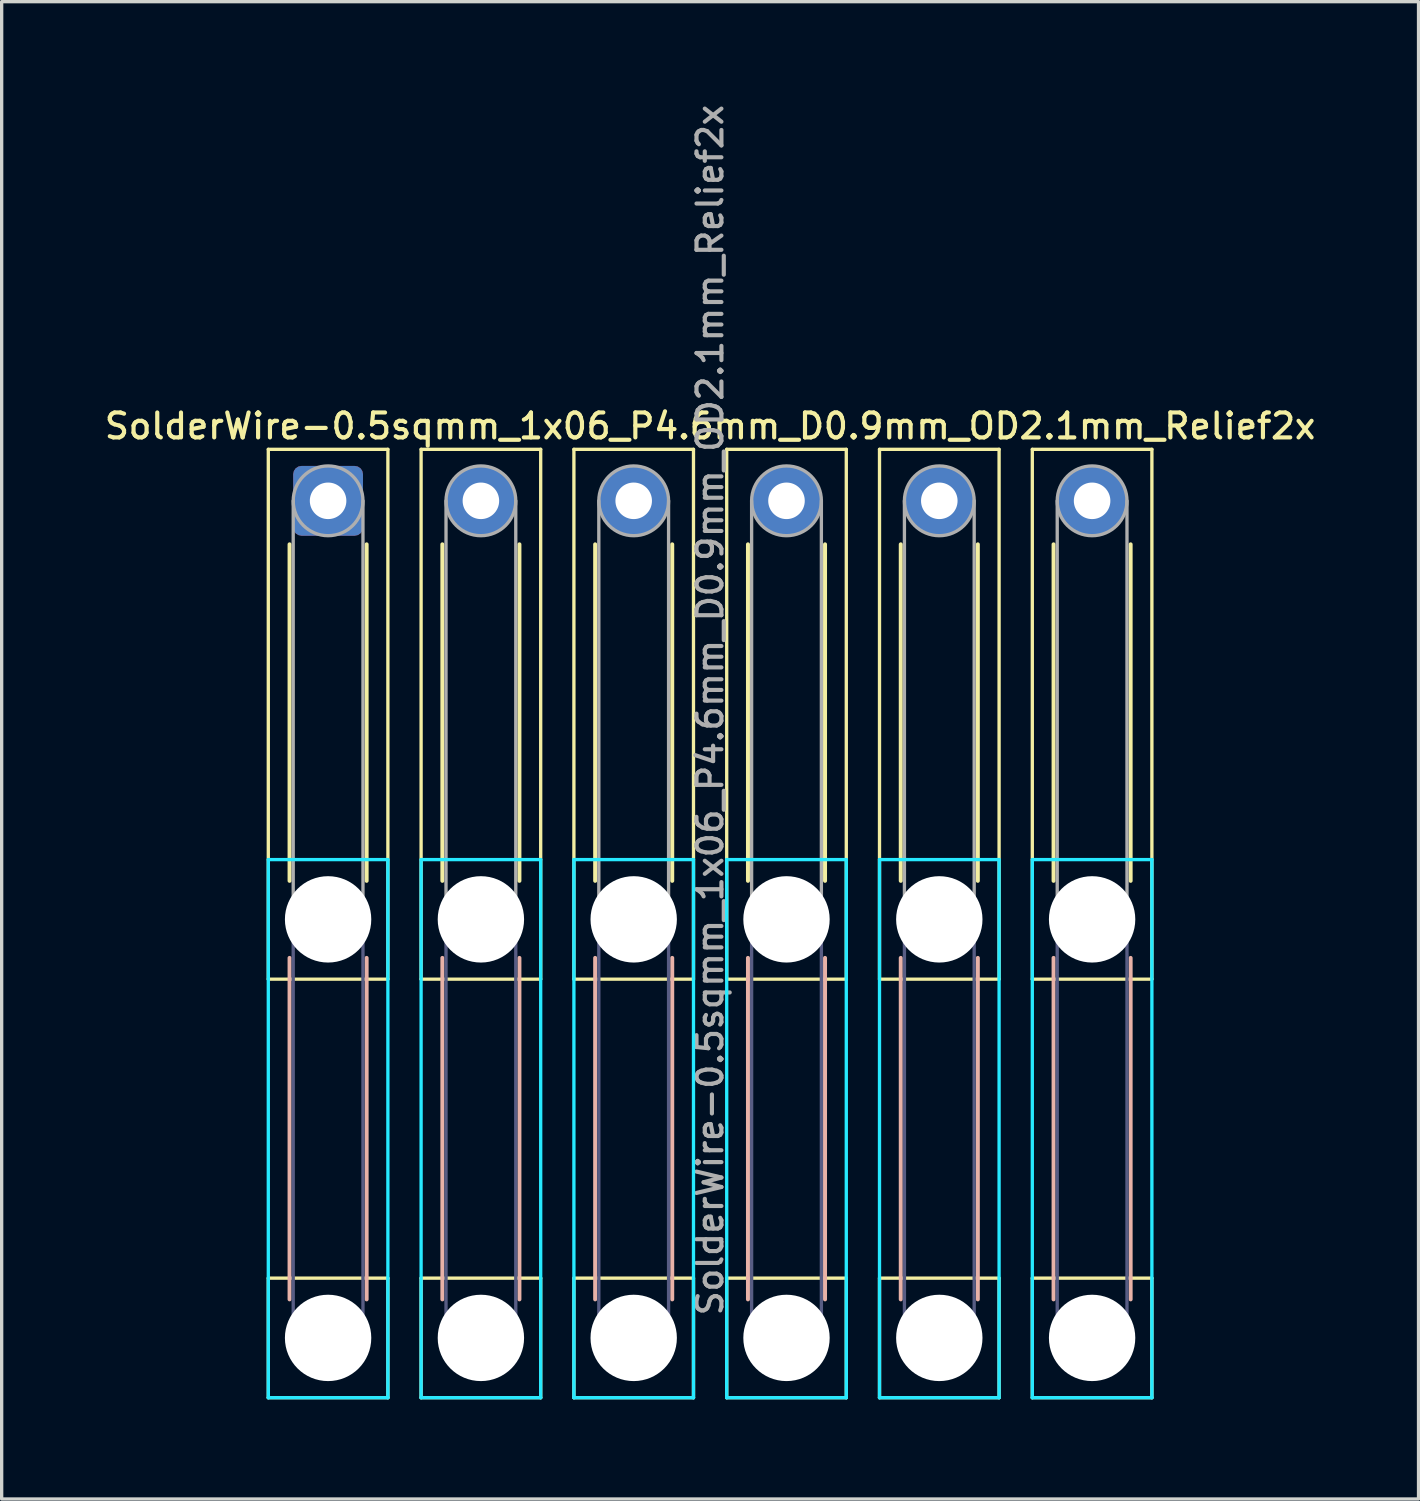
<source format=kicad_pcb>
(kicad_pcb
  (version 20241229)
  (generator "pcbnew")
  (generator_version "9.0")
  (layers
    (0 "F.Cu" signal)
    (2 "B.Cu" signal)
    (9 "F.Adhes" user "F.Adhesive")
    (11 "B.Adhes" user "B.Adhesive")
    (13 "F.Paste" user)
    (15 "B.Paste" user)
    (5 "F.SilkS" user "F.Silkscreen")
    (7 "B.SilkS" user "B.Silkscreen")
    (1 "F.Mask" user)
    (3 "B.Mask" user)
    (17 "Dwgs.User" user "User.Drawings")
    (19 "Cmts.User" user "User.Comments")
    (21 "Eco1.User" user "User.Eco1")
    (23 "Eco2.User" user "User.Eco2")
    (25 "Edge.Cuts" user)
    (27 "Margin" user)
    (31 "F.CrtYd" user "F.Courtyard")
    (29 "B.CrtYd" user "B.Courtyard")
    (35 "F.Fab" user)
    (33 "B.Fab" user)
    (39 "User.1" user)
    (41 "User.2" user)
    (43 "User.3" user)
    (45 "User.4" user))
  (footprint "SolderWire-0.5sqmm_1x06_P4.6mm_D0.9mm_OD2.1mm_Relief2x"
    (layer "F.Cu")
    (at 6.827 12.027)
    (property "Reference" "SolderWire-0.5sqmm_1x06_P4.6mm_D0.9mm_OD2.1mm_Relief2x" (at 11.5 -2.25 0) (layer "F.SilkS") (effects (font (size 0.75 0.75) (thickness 0.125))))
    (attr exclude_from_pos_files exclude_from_bom)
    (fp_line (start -1.8 -1.55) (end -1.8 14.4) (stroke (width 0.1) (type solid)) (layer "F.SilkS"))
    (fp_line (start -1.8 14.4) (end 1.8 14.4) (stroke (width 0.1) (type solid)) (layer "F.SilkS"))
    (fp_line (start -1.8 23.4) (end -1.8 27) (stroke (width 0.1) (type solid)) (layer "F.SilkS"))
    (fp_line (start -1.8 27) (end 1.8 27) (stroke (width 0.1) (type solid)) (layer "F.SilkS"))
    (fp_line (start -1.16 1.31) (end -1.16 11.44) (stroke (width 0.12) (type solid)) (layer "F.SilkS"))
    (fp_line (start 1.16 1.31) (end 1.16 11.44) (stroke (width 0.12) (type solid)) (layer "F.SilkS"))
    (fp_line (start 1.8 -1.55) (end -1.8 -1.55) (stroke (width 0.1) (type solid)) (layer "F.SilkS"))
    (fp_line (start 1.8 14.4) (end 1.8 -1.55) (stroke (width 0.1) (type solid)) (layer "F.SilkS"))
    (fp_line (start 1.8 23.4) (end -1.8 23.4) (stroke (width 0.1) (type solid)) (layer "F.SilkS"))
    (fp_line (start 1.8 27) (end 1.8 23.4) (stroke (width 0.1) (type solid)) (layer "F.SilkS"))
    (fp_line (start 2.8 -1.55) (end 2.8 14.4) (stroke (width 0.1) (type solid)) (layer "F.SilkS"))
    (fp_line (start 2.8 14.4) (end 6.4 14.4) (stroke (width 0.1) (type solid)) (layer "F.SilkS"))
    (fp_line (start 2.8 23.4) (end 2.8 27) (stroke (width 0.1) (type solid)) (layer "F.SilkS"))
    (fp_line (start 2.8 27) (end 6.4 27) (stroke (width 0.1) (type solid)) (layer "F.SilkS"))
    (fp_line (start 3.44 1.31) (end 3.44 11.44) (stroke (width 0.12) (type solid)) (layer "F.SilkS"))
    (fp_line (start 5.76 1.31) (end 5.76 11.44) (stroke (width 0.12) (type solid)) (layer "F.SilkS"))
    (fp_line (start 6.4 -1.55) (end 2.8 -1.55) (stroke (width 0.1) (type solid)) (layer "F.SilkS"))
    (fp_line (start 6.4 14.4) (end 6.4 -1.55) (stroke (width 0.1) (type solid)) (layer "F.SilkS"))
    (fp_line (start 6.4 23.4) (end 2.8 23.4) (stroke (width 0.1) (type solid)) (layer "F.SilkS"))
    (fp_line (start 6.4 27) (end 6.4 23.4) (stroke (width 0.1) (type solid)) (layer "F.SilkS"))
    (fp_line (start 7.4 -1.55) (end 7.4 14.4) (stroke (width 0.1) (type solid)) (layer "F.SilkS"))
    (fp_line (start 7.4 14.4) (end 11 14.4) (stroke (width 0.1) (type solid)) (layer "F.SilkS"))
    (fp_line (start 7.4 23.4) (end 7.4 27) (stroke (width 0.1) (type solid)) (layer "F.SilkS"))
    (fp_line (start 7.4 27) (end 11 27) (stroke (width 0.1) (type solid)) (layer "F.SilkS"))
    (fp_line (start 8.04 1.31) (end 8.04 11.44) (stroke (width 0.12) (type solid)) (layer "F.SilkS"))
    (fp_line (start 10.36 1.31) (end 10.36 11.44) (stroke (width 0.12) (type solid)) (layer "F.SilkS"))
    (fp_line (start 11 -1.55) (end 7.4 -1.55) (stroke (width 0.1) (type solid)) (layer "F.SilkS"))
    (fp_line (start 11 14.4) (end 11 -1.55) (stroke (width 0.1) (type solid)) (layer "F.SilkS"))
    (fp_line (start 11 23.4) (end 7.4 23.4) (stroke (width 0.1) (type solid)) (layer "F.SilkS"))
    (fp_line (start 11 27) (end 11 23.4) (stroke (width 0.1) (type solid)) (layer "F.SilkS"))
    (fp_line (start 12 -1.55) (end 12 14.4) (stroke (width 0.1) (type solid)) (layer "F.SilkS"))
    (fp_line (start 12 14.4) (end 15.6 14.4) (stroke (width 0.1) (type solid)) (layer "F.SilkS"))
    (fp_line (start 12 23.4) (end 12 27) (stroke (width 0.1) (type solid)) (layer "F.SilkS"))
    (fp_line (start 12 27) (end 15.6 27) (stroke (width 0.1) (type solid)) (layer "F.SilkS"))
    (fp_line (start 12.64 1.31) (end 12.64 11.44) (stroke (width 0.12) (type solid)) (layer "F.SilkS"))
    (fp_line (start 14.96 1.31) (end 14.96 11.44) (stroke (width 0.12) (type solid)) (layer "F.SilkS"))
    (fp_line (start 15.6 -1.55) (end 12 -1.55) (stroke (width 0.1) (type solid)) (layer "F.SilkS"))
    (fp_line (start 15.6 14.4) (end 15.6 -1.55) (stroke (width 0.1) (type solid)) (layer "F.SilkS"))
    (fp_line (start 15.6 23.4) (end 12 23.4) (stroke (width 0.1) (type solid)) (layer "F.SilkS"))
    (fp_line (start 15.6 27) (end 15.6 23.4) (stroke (width 0.1) (type solid)) (layer "F.SilkS"))
    (fp_line (start 16.6 -1.55) (end 16.6 14.4) (stroke (width 0.1) (type solid)) (layer "F.SilkS"))
    (fp_line (start 16.6 14.4) (end 20.2 14.4) (stroke (width 0.1) (type solid)) (layer "F.SilkS"))
    (fp_line (start 16.6 23.4) (end 16.6 27) (stroke (width 0.1) (type solid)) (layer "F.SilkS"))
    (fp_line (start 16.6 27) (end 20.2 27) (stroke (width 0.1) (type solid)) (layer "F.SilkS"))
    (fp_line (start 17.24 1.31) (end 17.24 11.44) (stroke (width 0.12) (type solid)) (layer "F.SilkS"))
    (fp_line (start 19.56 1.31) (end 19.56 11.44) (stroke (width 0.12) (type solid)) (layer "F.SilkS"))
    (fp_line (start 20.2 -1.55) (end 16.6 -1.55) (stroke (width 0.1) (type solid)) (layer "F.SilkS"))
    (fp_line (start 20.2 14.4) (end 20.2 -1.55) (stroke (width 0.1) (type solid)) (layer "F.SilkS"))
    (fp_line (start 20.2 23.4) (end 16.6 23.4) (stroke (width 0.1) (type solid)) (layer "F.SilkS"))
    (fp_line (start 20.2 27) (end 20.2 23.4) (stroke (width 0.1) (type solid)) (layer "F.SilkS"))
    (fp_line (start 21.2 -1.55) (end 21.2 14.4) (stroke (width 0.1) (type solid)) (layer "F.SilkS"))
    (fp_line (start 21.2 14.4) (end 24.8 14.4) (stroke (width 0.1) (type solid)) (layer "F.SilkS"))
    (fp_line (start 21.2 23.4) (end 21.2 27) (stroke (width 0.1) (type solid)) (layer "F.SilkS"))
    (fp_line (start 21.2 27) (end 24.8 27) (stroke (width 0.1) (type solid)) (layer "F.SilkS"))
    (fp_line (start 21.84 1.31) (end 21.84 11.44) (stroke (width 0.12) (type solid)) (layer "F.SilkS"))
    (fp_line (start 24.16 1.31) (end 24.16 11.44) (stroke (width 0.12) (type solid)) (layer "F.SilkS"))
    (fp_line (start 24.8 -1.55) (end 21.2 -1.55) (stroke (width 0.1) (type solid)) (layer "F.SilkS"))
    (fp_line (start 24.8 14.4) (end 24.8 -1.55) (stroke (width 0.1) (type solid)) (layer "F.SilkS"))
    (fp_line (start 24.8 23.4) (end 21.2 23.4) (stroke (width 0.1) (type solid)) (layer "F.SilkS"))
    (fp_line (start 24.8 27) (end 24.8 23.4) (stroke (width 0.1) (type solid)) (layer "F.SilkS"))
    (fp_line (start -1.16 13.76) (end -1.16 24.04) (stroke (width 0.12) (type solid)) (layer "B.SilkS"))
    (fp_line (start 1.16 13.76) (end 1.16 24.04) (stroke (width 0.12) (type solid)) (layer "B.SilkS"))
    (fp_line (start 3.44 13.76) (end 3.44 24.04) (stroke (width 0.12) (type solid)) (layer "B.SilkS"))
    (fp_line (start 5.76 13.76) (end 5.76 24.04) (stroke (width 0.12) (type solid)) (layer "B.SilkS"))
    (fp_line (start 8.04 13.76) (end 8.04 24.04) (stroke (width 0.12) (type solid)) (layer "B.SilkS"))
    (fp_line (start 10.36 13.76) (end 10.36 24.04) (stroke (width 0.12) (type solid)) (layer "B.SilkS"))
    (fp_line (start 12.64 13.76) (end 12.64 24.04) (stroke (width 0.12) (type solid)) (layer "B.SilkS"))
    (fp_line (start 14.96 13.76) (end 14.96 24.04) (stroke (width 0.12) (type solid)) (layer "B.SilkS"))
    (fp_line (start 17.24 13.76) (end 17.24 24.04) (stroke (width 0.12) (type solid)) (layer "B.SilkS"))
    (fp_line (start 19.56 13.76) (end 19.56 24.04) (stroke (width 0.12) (type solid)) (layer "B.SilkS"))
    (fp_line (start 21.84 13.76) (end 21.84 24.04) (stroke (width 0.12) (type solid)) (layer "B.SilkS"))
    (fp_line (start 24.16 13.76) (end 24.16 24.04) (stroke (width 0.12) (type solid)) (layer "B.SilkS"))
    (fp_line (start -1.8 10.8) (end -1.8 27) (stroke (width 0.1) (type solid)) (layer "B.CrtYd"))
    (fp_line (start -1.8 27) (end 1.8 27) (stroke (width 0.1) (type solid)) (layer "B.CrtYd"))
    (fp_line (start 1.8 10.8) (end -1.8 10.8) (stroke (width 0.1) (type solid)) (layer "B.CrtYd"))
    (fp_line (start 1.8 27) (end 1.8 10.8) (stroke (width 0.1) (type solid)) (layer "B.CrtYd"))
    (fp_line (start 2.8 10.8) (end 2.8 27) (stroke (width 0.1) (type solid)) (layer "B.CrtYd"))
    (fp_line (start 2.8 27) (end 6.4 27) (stroke (width 0.1) (type solid)) (layer "B.CrtYd"))
    (fp_line (start 6.4 10.8) (end 2.8 10.8) (stroke (width 0.1) (type solid)) (layer "B.CrtYd"))
    (fp_line (start 6.4 27) (end 6.4 10.8) (stroke (width 0.1) (type solid)) (layer "B.CrtYd"))
    (fp_line (start 7.4 10.8) (end 7.4 27) (stroke (width 0.1) (type solid)) (layer "B.CrtYd"))
    (fp_line (start 7.4 27) (end 11 27) (stroke (width 0.1) (type solid)) (layer "B.CrtYd"))
    (fp_line (start 11 10.8) (end 7.4 10.8) (stroke (width 0.1) (type solid)) (layer "B.CrtYd"))
    (fp_line (start 11 27) (end 11 10.8) (stroke (width 0.1) (type solid)) (layer "B.CrtYd"))
    (fp_line (start 12 10.8) (end 12 27) (stroke (width 0.1) (type solid)) (layer "B.CrtYd"))
    (fp_line (start 12 27) (end 15.6 27) (stroke (width 0.1) (type solid)) (layer "B.CrtYd"))
    (fp_line (start 15.6 10.8) (end 12 10.8) (stroke (width 0.1) (type solid)) (layer "B.CrtYd"))
    (fp_line (start 15.6 27) (end 15.6 10.8) (stroke (width 0.1) (type solid)) (layer "B.CrtYd"))
    (fp_line (start 16.6 10.8) (end 16.6 27) (stroke (width 0.1) (type solid)) (layer "B.CrtYd"))
    (fp_line (start 16.6 27) (end 20.2 27) (stroke (width 0.1) (type solid)) (layer "B.CrtYd"))
    (fp_line (start 20.2 10.8) (end 16.6 10.8) (stroke (width 0.1) (type solid)) (layer "B.CrtYd"))
    (fp_line (start 20.2 27) (end 20.2 10.8) (stroke (width 0.1) (type solid)) (layer "B.CrtYd"))
    (fp_line (start 21.2 10.8) (end 21.2 27) (stroke (width 0.1) (type solid)) (layer "B.CrtYd"))
    (fp_line (start 21.2 27) (end 24.8 27) (stroke (width 0.1) (type solid)) (layer "B.CrtYd"))
    (fp_line (start 24.8 10.8) (end 21.2 10.8) (stroke (width 0.1) (type solid)) (layer "B.CrtYd"))
    (fp_line (start 24.8 27) (end 24.8 10.8) (stroke (width 0.1) (type solid)) (layer "B.CrtYd"))
    (fp_line (start -1.05 12.6) (end -1.05 25.2) (stroke (width 0.1) (type solid)) (layer "B.Fab"))
    (fp_line (start 1.05 12.6) (end 1.05 25.2) (stroke (width 0.1) (type solid)) (layer "B.Fab"))
    (fp_line (start 3.55 12.6) (end 3.55 25.2) (stroke (width 0.1) (type solid)) (layer "B.Fab"))
    (fp_line (start 5.65 12.6) (end 5.65 25.2) (stroke (width 0.1) (type solid)) (layer "B.Fab"))
    (fp_line (start 8.15 12.6) (end 8.15 25.2) (stroke (width 0.1) (type solid)) (layer "B.Fab"))
    (fp_line (start 10.25 12.6) (end 10.25 25.2) (stroke (width 0.1) (type solid)) (layer "B.Fab"))
    (fp_line (start 12.75 12.6) (end 12.75 25.2) (stroke (width 0.1) (type solid)) (layer "B.Fab"))
    (fp_line (start 14.85 12.6) (end 14.85 25.2) (stroke (width 0.1) (type solid)) (layer "B.Fab"))
    (fp_line (start 17.35 12.6) (end 17.35 25.2) (stroke (width 0.1) (type solid)) (layer "B.Fab"))
    (fp_line (start 19.45 12.6) (end 19.45 25.2) (stroke (width 0.1) (type solid)) (layer "B.Fab"))
    (fp_line (start 21.95 12.6) (end 21.95 25.2) (stroke (width 0.1) (type solid)) (layer "B.Fab"))
    (fp_line (start 24.05 12.6) (end 24.05 25.2) (stroke (width 0.1) (type solid)) (layer "B.Fab"))
    (fp_circle (center 0 12.6) (end 1.05 12.6) (stroke (width 0.1) (type solid)) (fill no) (layer "B.Fab"))
    (fp_circle (center 0 25.2) (end 1.05 25.2) (stroke (width 0.1) (type solid)) (fill no) (layer "B.Fab"))
    (fp_circle (center 4.6 12.6) (end 5.65 12.6) (stroke (width 0.1) (type solid)) (fill no) (layer "B.Fab"))
    (fp_circle (center 4.6 25.2) (end 5.65 25.2) (stroke (width 0.1) (type solid)) (fill no) (layer "B.Fab"))
    (fp_circle (center 9.2 12.6) (end 10.25 12.6) (stroke (width 0.1) (type solid)) (fill no) (layer "B.Fab"))
    (fp_circle (center 9.2 25.2) (end 10.25 25.2) (stroke (width 0.1) (type solid)) (fill no) (layer "B.Fab"))
    (fp_circle (center 13.8 12.6) (end 14.85 12.6) (stroke (width 0.1) (type solid)) (fill no) (layer "B.Fab"))
    (fp_circle (center 13.8 25.2) (end 14.85 25.2) (stroke (width 0.1) (type solid)) (fill no) (layer "B.Fab"))
    (fp_circle (center 18.4 12.6) (end 19.45 12.6) (stroke (width 0.1) (type solid)) (fill no) (layer "B.Fab"))
    (fp_circle (center 18.4 25.2) (end 19.45 25.2) (stroke (width 0.1) (type solid)) (fill no) (layer "B.Fab"))
    (fp_circle (center 23 12.6) (end 24.05 12.6) (stroke (width 0.1) (type solid)) (fill no) (layer "B.Fab"))
    (fp_circle (center 23 25.2) (end 24.05 25.2) (stroke (width 0.1) (type solid)) (fill no) (layer "B.Fab"))
    (fp_line (start -1.05 0) (end -1.05 12.6) (stroke (width 0.1) (type solid)) (layer "F.Fab"))
    (fp_line (start 1.05 0) (end 1.05 12.6) (stroke (width 0.1) (type solid)) (layer "F.Fab"))
    (fp_line (start 3.55 0) (end 3.55 12.6) (stroke (width 0.1) (type solid)) (layer "F.Fab"))
    (fp_line (start 5.65 0) (end 5.65 12.6) (stroke (width 0.1) (type solid)) (layer "F.Fab"))
    (fp_line (start 8.15 0) (end 8.15 12.6) (stroke (width 0.1) (type solid)) (layer "F.Fab"))
    (fp_line (start 10.25 0) (end 10.25 12.6) (stroke (width 0.1) (type solid)) (layer "F.Fab"))
    (fp_line (start 12.75 0) (end 12.75 12.6) (stroke (width 0.1) (type solid)) (layer "F.Fab"))
    (fp_line (start 14.85 0) (end 14.85 12.6) (stroke (width 0.1) (type solid)) (layer "F.Fab"))
    (fp_line (start 17.35 0) (end 17.35 12.6) (stroke (width 0.1) (type solid)) (layer "F.Fab"))
    (fp_line (start 19.45 0) (end 19.45 12.6) (stroke (width 0.1) (type solid)) (layer "F.Fab"))
    (fp_line (start 21.95 0) (end 21.95 12.6) (stroke (width 0.1) (type solid)) (layer "F.Fab"))
    (fp_line (start 24.05 0) (end 24.05 12.6) (stroke (width 0.1) (type solid)) (layer "F.Fab"))
    (fp_circle (center 0 0) (end 1.05 0) (stroke (width 0.1) (type solid)) (fill no) (layer "F.Fab"))
    (fp_circle (center 0 12.6) (end 1.05 12.6) (stroke (width 0.1) (type solid)) (fill no) (layer "F.Fab"))
    (fp_circle (center 0 25.2) (end 1.05 25.2) (stroke (width 0.1) (type solid)) (fill no) (layer "F.Fab"))
    (fp_circle (center 4.6 0) (end 5.65 0) (stroke (width 0.1) (type solid)) (fill no) (layer "F.Fab"))
    (fp_circle (center 4.6 12.6) (end 5.65 12.6) (stroke (width 0.1) (type solid)) (fill no) (layer "F.Fab"))
    (fp_circle (center 4.6 25.2) (end 5.65 25.2) (stroke (width 0.1) (type solid)) (fill no) (layer "F.Fab"))
    (fp_circle (center 9.2 0) (end 10.25 0) (stroke (width 0.1) (type solid)) (fill no) (layer "F.Fab"))
    (fp_circle (center 9.2 12.6) (end 10.25 12.6) (stroke (width 0.1) (type solid)) (fill no) (layer "F.Fab"))
    (fp_circle (center 9.2 25.2) (end 10.25 25.2) (stroke (width 0.1) (type solid)) (fill no) (layer "F.Fab"))
    (fp_circle (center 13.8 0) (end 14.85 0) (stroke (width 0.1) (type solid)) (fill no) (layer "F.Fab"))
    (fp_circle (center 13.8 12.6) (end 14.85 12.6) (stroke (width 0.1) (type solid)) (fill no) (layer "F.Fab"))
    (fp_circle (center 13.8 25.2) (end 14.85 25.2) (stroke (width 0.1) (type solid)) (fill no) (layer "F.Fab"))
    (fp_circle (center 18.4 0) (end 19.45 0) (stroke (width 0.1) (type solid)) (fill no) (layer "F.Fab"))
    (fp_circle (center 18.4 12.6) (end 19.45 12.6) (stroke (width 0.1) (type solid)) (fill no) (layer "F.Fab"))
    (fp_circle (center 18.4 25.2) (end 19.45 25.2) (stroke (width 0.1) (type solid)) (fill no) (layer "F.Fab"))
    (fp_circle (center 23 0) (end 24.05 0) (stroke (width 0.1) (type solid)) (fill no) (layer "F.Fab"))
    (fp_circle (center 23 12.6) (end 24.05 12.6) (stroke (width 0.1) (type solid)) (fill no) (layer "F.Fab"))
    (fp_circle (center 23 25.2) (end 24.05 25.2) (stroke (width 0.1) (type solid)) (fill no) (layer "F.Fab"))
    (fp_text user "${REFERENCE}" (at 11.5 6.3 90) (layer "F.Fab") (effects (font (size 0.75 0.75) (thickness 0.125))))
    (pad "" np_thru_hole circle (at 0 12.6) (size 2.6 2.6) (drill 2.6) (layers "*.Cu" "*.Mask"))
    (pad "" np_thru_hole circle (at 0 25.2) (size 2.6 2.6) (drill 2.6) (layers "*.Cu" "*.Mask"))
    (pad "" np_thru_hole circle (at 4.6 12.6) (size 2.6 2.6) (drill 2.6) (layers "*.Cu" "*.Mask"))
    (pad "" np_thru_hole circle (at 4.6 25.2) (size 2.6 2.6) (drill 2.6) (layers "*.Cu" "*.Mask"))
    (pad "" np_thru_hole circle (at 9.2 12.6) (size 2.6 2.6) (drill 2.6) (layers "*.Cu" "*.Mask"))
    (pad "" np_thru_hole circle (at 9.2 25.2) (size 2.6 2.6) (drill 2.6) (layers "*.Cu" "*.Mask"))
    (pad "" np_thru_hole circle (at 13.8 12.6) (size 2.6 2.6) (drill 2.6) (layers "*.Cu" "*.Mask"))
    (pad "" np_thru_hole circle (at 13.8 25.2) (size 2.6 2.6) (drill 2.6) (layers "*.Cu" "*.Mask"))
    (pad "" np_thru_hole circle (at 18.4 12.6) (size 2.6 2.6) (drill 2.6) (layers "*.Cu" "*.Mask"))
    (pad "" np_thru_hole circle (at 18.4 25.2) (size 2.6 2.6) (drill 2.6) (layers "*.Cu" "*.Mask"))
    (pad "" np_thru_hole circle (at 23 12.6) (size 2.6 2.6) (drill 2.6) (layers "*.Cu" "*.Mask"))
    (pad "" np_thru_hole circle (at 23 25.2) (size 2.6 2.6) (drill 2.6) (layers "*.Cu" "*.Mask"))
    (pad "1" thru_hole roundrect (at 0 0) (size 2.1 2.1) (drill 1.1) (layers "*.Cu" "*.Mask") (roundrect_rratio 0.119))
    (pad "2" thru_hole circle (at 4.6 0) (size 2.1 2.1) (drill 1.1) (layers "*.Cu" "*.Mask"))
    (pad "3" thru_hole circle (at 9.2 0) (size 2.1 2.1) (drill 1.1) (layers "*.Cu" "*.Mask"))
    (pad "4" thru_hole circle (at 13.8 0) (size 2.1 2.1) (drill 1.1) (layers "*.Cu" "*.Mask"))
    (pad "5" thru_hole circle (at 18.4 0) (size 2.1 2.1) (drill 1.1) (layers "*.Cu" "*.Mask"))
    (pad "6" thru_hole circle (at 23 0) (size 2.1 2.1) (drill 1.1) (layers "*.Cu" "*.Mask")))
  (gr_rect
    (start -3 -3)
    (end 39.654 42.077)
    (stroke (width 0.1) (type default))
    (fill no)
    (layer "Edge.Cuts")))
</source>
